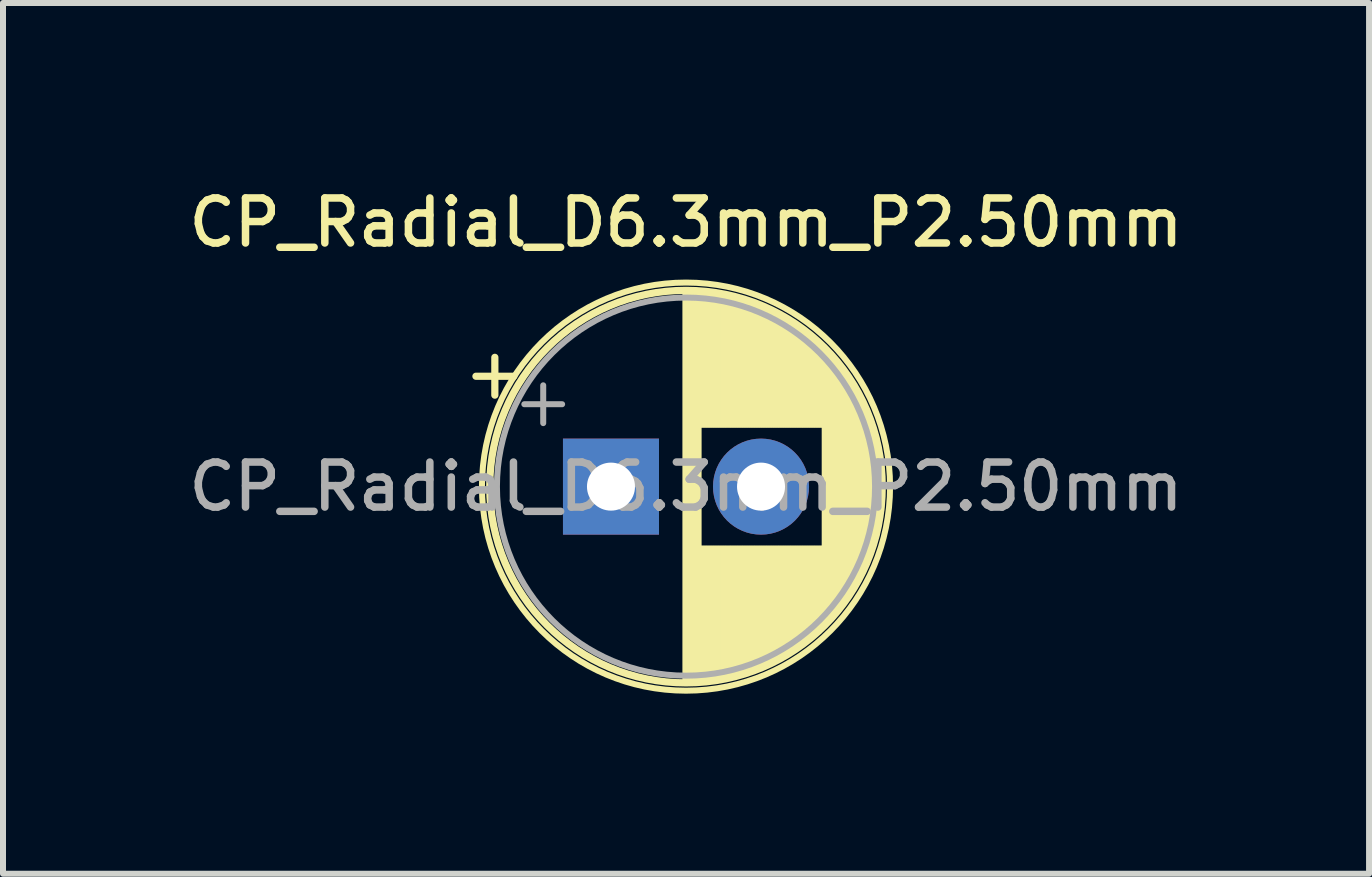
<source format=kicad_pcb>
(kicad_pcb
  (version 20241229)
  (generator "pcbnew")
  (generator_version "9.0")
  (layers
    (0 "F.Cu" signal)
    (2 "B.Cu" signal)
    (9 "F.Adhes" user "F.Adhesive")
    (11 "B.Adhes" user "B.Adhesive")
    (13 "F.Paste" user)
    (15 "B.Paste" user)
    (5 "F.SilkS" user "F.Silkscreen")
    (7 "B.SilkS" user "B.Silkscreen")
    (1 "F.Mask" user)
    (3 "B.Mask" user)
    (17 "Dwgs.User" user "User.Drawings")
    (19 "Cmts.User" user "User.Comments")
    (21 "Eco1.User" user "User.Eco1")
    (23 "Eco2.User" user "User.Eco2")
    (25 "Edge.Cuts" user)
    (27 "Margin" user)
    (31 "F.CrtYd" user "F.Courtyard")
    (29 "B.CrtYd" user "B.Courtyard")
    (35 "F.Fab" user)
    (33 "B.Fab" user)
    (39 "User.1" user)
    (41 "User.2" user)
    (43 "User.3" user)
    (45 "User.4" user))
  (footprint "CP_Radial_D6.3mm_P2.50mm"
    (layer "F.Cu")
    (at 7.13 5.058)
    (property "Reference" "CP_Radial_D6.3mm_P2.50mm" (at 1.25 -4.4 0) (layer "F.SilkS") (effects (font (size 0.75 0.75) (thickness 0.125))))
    (attr through_hole)
    (fp_line (start -2.25 -1.839) (end -1.62 -1.839) (stroke (width 0.12) (type solid)) (layer "F.SilkS"))
    (fp_line (start -1.935 -2.154) (end -1.935 -1.524) (stroke (width 0.12) (type solid)) (layer "F.SilkS"))
    (fp_line (start 1.25 -3.23) (end 1.25 3.23) (stroke (width 0.12) (type solid)) (layer "F.SilkS"))
    (fp_line (start 1.29 -3.23) (end 1.29 3.23) (stroke (width 0.12) (type solid)) (layer "F.SilkS"))
    (fp_line (start 1.33 -3.23) (end 1.33 3.23) (stroke (width 0.12) (type solid)) (layer "F.SilkS"))
    (fp_line (start 1.37 -3.228) (end 1.37 3.228) (stroke (width 0.12) (type solid)) (layer "F.SilkS"))
    (fp_line (start 1.41 -3.227) (end 1.41 3.227) (stroke (width 0.12) (type solid)) (layer "F.SilkS"))
    (fp_line (start 1.45 -3.224) (end 1.45 3.224) (stroke (width 0.12) (type solid)) (layer "F.SilkS"))
    (fp_line (start 1.49 -3.222) (end 1.49 -1.04) (stroke (width 0.12) (type solid)) (layer "F.SilkS"))
    (fp_line (start 1.49 1.04) (end 1.49 3.222) (stroke (width 0.12) (type solid)) (layer "F.SilkS"))
    (fp_line (start 1.53 -3.218) (end 1.53 -1.04) (stroke (width 0.12) (type solid)) (layer "F.SilkS"))
    (fp_line (start 1.53 1.04) (end 1.53 3.218) (stroke (width 0.12) (type solid)) (layer "F.SilkS"))
    (fp_line (start 1.57 -3.215) (end 1.57 -1.04) (stroke (width 0.12) (type solid)) (layer "F.SilkS"))
    (fp_line (start 1.57 1.04) (end 1.57 3.215) (stroke (width 0.12) (type solid)) (layer "F.SilkS"))
    (fp_line (start 1.61 -3.211) (end 1.61 -1.04) (stroke (width 0.12) (type solid)) (layer "F.SilkS"))
    (fp_line (start 1.61 1.04) (end 1.61 3.211) (stroke (width 0.12) (type solid)) (layer "F.SilkS"))
    (fp_line (start 1.65 -3.206) (end 1.65 -1.04) (stroke (width 0.12) (type solid)) (layer "F.SilkS"))
    (fp_line (start 1.65 1.04) (end 1.65 3.206) (stroke (width 0.12) (type solid)) (layer "F.SilkS"))
    (fp_line (start 1.69 -3.201) (end 1.69 -1.04) (stroke (width 0.12) (type solid)) (layer "F.SilkS"))
    (fp_line (start 1.69 1.04) (end 1.69 3.201) (stroke (width 0.12) (type solid)) (layer "F.SilkS"))
    (fp_line (start 1.73 -3.195) (end 1.73 -1.04) (stroke (width 0.12) (type solid)) (layer "F.SilkS"))
    (fp_line (start 1.73 1.04) (end 1.73 3.195) (stroke (width 0.12) (type solid)) (layer "F.SilkS"))
    (fp_line (start 1.77 -3.189) (end 1.77 -1.04) (stroke (width 0.12) (type solid)) (layer "F.SilkS"))
    (fp_line (start 1.77 1.04) (end 1.77 3.189) (stroke (width 0.12) (type solid)) (layer "F.SilkS"))
    (fp_line (start 1.81 -3.182) (end 1.81 -1.04) (stroke (width 0.12) (type solid)) (layer "F.SilkS"))
    (fp_line (start 1.81 1.04) (end 1.81 3.182) (stroke (width 0.12) (type solid)) (layer "F.SilkS"))
    (fp_line (start 1.85 -3.175) (end 1.85 -1.04) (stroke (width 0.12) (type solid)) (layer "F.SilkS"))
    (fp_line (start 1.85 1.04) (end 1.85 3.175) (stroke (width 0.12) (type solid)) (layer "F.SilkS"))
    (fp_line (start 1.89 -3.167) (end 1.89 -1.04) (stroke (width 0.12) (type solid)) (layer "F.SilkS"))
    (fp_line (start 1.89 1.04) (end 1.89 3.167) (stroke (width 0.12) (type solid)) (layer "F.SilkS"))
    (fp_line (start 1.93 -3.159) (end 1.93 -1.04) (stroke (width 0.12) (type solid)) (layer "F.SilkS"))
    (fp_line (start 1.93 1.04) (end 1.93 3.159) (stroke (width 0.12) (type solid)) (layer "F.SilkS"))
    (fp_line (start 1.971 -3.15) (end 1.971 -1.04) (stroke (width 0.12) (type solid)) (layer "F.SilkS"))
    (fp_line (start 1.971 1.04) (end 1.971 3.15) (stroke (width 0.12) (type solid)) (layer "F.SilkS"))
    (fp_line (start 2.011 -3.141) (end 2.011 -1.04) (stroke (width 0.12) (type solid)) (layer "F.SilkS"))
    (fp_line (start 2.011 1.04) (end 2.011 3.141) (stroke (width 0.12) (type solid)) (layer "F.SilkS"))
    (fp_line (start 2.051 -3.131) (end 2.051 -1.04) (stroke (width 0.12) (type solid)) (layer "F.SilkS"))
    (fp_line (start 2.051 1.04) (end 2.051 3.131) (stroke (width 0.12) (type solid)) (layer "F.SilkS"))
    (fp_line (start 2.091 -3.121) (end 2.091 -1.04) (stroke (width 0.12) (type solid)) (layer "F.SilkS"))
    (fp_line (start 2.091 1.04) (end 2.091 3.121) (stroke (width 0.12) (type solid)) (layer "F.SilkS"))
    (fp_line (start 2.131 -3.11) (end 2.131 -1.04) (stroke (width 0.12) (type solid)) (layer "F.SilkS"))
    (fp_line (start 2.131 1.04) (end 2.131 3.11) (stroke (width 0.12) (type solid)) (layer "F.SilkS"))
    (fp_line (start 2.171 -3.098) (end 2.171 -1.04) (stroke (width 0.12) (type solid)) (layer "F.SilkS"))
    (fp_line (start 2.171 1.04) (end 2.171 3.098) (stroke (width 0.12) (type solid)) (layer "F.SilkS"))
    (fp_line (start 2.211 -3.086) (end 2.211 -1.04) (stroke (width 0.12) (type solid)) (layer "F.SilkS"))
    (fp_line (start 2.211 1.04) (end 2.211 3.086) (stroke (width 0.12) (type solid)) (layer "F.SilkS"))
    (fp_line (start 2.251 -3.074) (end 2.251 -1.04) (stroke (width 0.12) (type solid)) (layer "F.SilkS"))
    (fp_line (start 2.251 1.04) (end 2.251 3.074) (stroke (width 0.12) (type solid)) (layer "F.SilkS"))
    (fp_line (start 2.291 -3.061) (end 2.291 -1.04) (stroke (width 0.12) (type solid)) (layer "F.SilkS"))
    (fp_line (start 2.291 1.04) (end 2.291 3.061) (stroke (width 0.12) (type solid)) (layer "F.SilkS"))
    (fp_line (start 2.331 -3.047) (end 2.331 -1.04) (stroke (width 0.12) (type solid)) (layer "F.SilkS"))
    (fp_line (start 2.331 1.04) (end 2.331 3.047) (stroke (width 0.12) (type solid)) (layer "F.SilkS"))
    (fp_line (start 2.371 -3.033) (end 2.371 -1.04) (stroke (width 0.12) (type solid)) (layer "F.SilkS"))
    (fp_line (start 2.371 1.04) (end 2.371 3.033) (stroke (width 0.12) (type solid)) (layer "F.SilkS"))
    (fp_line (start 2.411 -3.018) (end 2.411 -1.04) (stroke (width 0.12) (type solid)) (layer "F.SilkS"))
    (fp_line (start 2.411 1.04) (end 2.411 3.018) (stroke (width 0.12) (type solid)) (layer "F.SilkS"))
    (fp_line (start 2.451 -3.002) (end 2.451 -1.04) (stroke (width 0.12) (type solid)) (layer "F.SilkS"))
    (fp_line (start 2.451 1.04) (end 2.451 3.002) (stroke (width 0.12) (type solid)) (layer "F.SilkS"))
    (fp_line (start 2.491 -2.986) (end 2.491 -1.04) (stroke (width 0.12) (type solid)) (layer "F.SilkS"))
    (fp_line (start 2.491 1.04) (end 2.491 2.986) (stroke (width 0.12) (type solid)) (layer "F.SilkS"))
    (fp_line (start 2.531 -2.97) (end 2.531 -1.04) (stroke (width 0.12) (type solid)) (layer "F.SilkS"))
    (fp_line (start 2.531 1.04) (end 2.531 2.97) (stroke (width 0.12) (type solid)) (layer "F.SilkS"))
    (fp_line (start 2.571 -2.952) (end 2.571 -1.04) (stroke (width 0.12) (type solid)) (layer "F.SilkS"))
    (fp_line (start 2.571 1.04) (end 2.571 2.952) (stroke (width 0.12) (type solid)) (layer "F.SilkS"))
    (fp_line (start 2.611 -2.934) (end 2.611 -1.04) (stroke (width 0.12) (type solid)) (layer "F.SilkS"))
    (fp_line (start 2.611 1.04) (end 2.611 2.934) (stroke (width 0.12) (type solid)) (layer "F.SilkS"))
    (fp_line (start 2.651 -2.916) (end 2.651 -1.04) (stroke (width 0.12) (type solid)) (layer "F.SilkS"))
    (fp_line (start 2.651 1.04) (end 2.651 2.916) (stroke (width 0.12) (type solid)) (layer "F.SilkS"))
    (fp_line (start 2.691 -2.896) (end 2.691 -1.04) (stroke (width 0.12) (type solid)) (layer "F.SilkS"))
    (fp_line (start 2.691 1.04) (end 2.691 2.896) (stroke (width 0.12) (type solid)) (layer "F.SilkS"))
    (fp_line (start 2.731 -2.876) (end 2.731 -1.04) (stroke (width 0.12) (type solid)) (layer "F.SilkS"))
    (fp_line (start 2.731 1.04) (end 2.731 2.876) (stroke (width 0.12) (type solid)) (layer "F.SilkS"))
    (fp_line (start 2.771 -2.856) (end 2.771 -1.04) (stroke (width 0.12) (type solid)) (layer "F.SilkS"))
    (fp_line (start 2.771 1.04) (end 2.771 2.856) (stroke (width 0.12) (type solid)) (layer "F.SilkS"))
    (fp_line (start 2.811 -2.834) (end 2.811 -1.04) (stroke (width 0.12) (type solid)) (layer "F.SilkS"))
    (fp_line (start 2.811 1.04) (end 2.811 2.834) (stroke (width 0.12) (type solid)) (layer "F.SilkS"))
    (fp_line (start 2.851 -2.812) (end 2.851 -1.04) (stroke (width 0.12) (type solid)) (layer "F.SilkS"))
    (fp_line (start 2.851 1.04) (end 2.851 2.812) (stroke (width 0.12) (type solid)) (layer "F.SilkS"))
    (fp_line (start 2.891 -2.79) (end 2.891 -1.04) (stroke (width 0.12) (type solid)) (layer "F.SilkS"))
    (fp_line (start 2.891 1.04) (end 2.891 2.79) (stroke (width 0.12) (type solid)) (layer "F.SilkS"))
    (fp_line (start 2.931 -2.766) (end 2.931 -1.04) (stroke (width 0.12) (type solid)) (layer "F.SilkS"))
    (fp_line (start 2.931 1.04) (end 2.931 2.766) (stroke (width 0.12) (type solid)) (layer "F.SilkS"))
    (fp_line (start 2.971 -2.742) (end 2.971 -1.04) (stroke (width 0.12) (type solid)) (layer "F.SilkS"))
    (fp_line (start 2.971 1.04) (end 2.971 2.742) (stroke (width 0.12) (type solid)) (layer "F.SilkS"))
    (fp_line (start 3.011 -2.716) (end 3.011 -1.04) (stroke (width 0.12) (type solid)) (layer "F.SilkS"))
    (fp_line (start 3.011 1.04) (end 3.011 2.716) (stroke (width 0.12) (type solid)) (layer "F.SilkS"))
    (fp_line (start 3.051 -2.69) (end 3.051 -1.04) (stroke (width 0.12) (type solid)) (layer "F.SilkS"))
    (fp_line (start 3.051 1.04) (end 3.051 2.69) (stroke (width 0.12) (type solid)) (layer "F.SilkS"))
    (fp_line (start 3.091 -2.664) (end 3.091 -1.04) (stroke (width 0.12) (type solid)) (layer "F.SilkS"))
    (fp_line (start 3.091 1.04) (end 3.091 2.664) (stroke (width 0.12) (type solid)) (layer "F.SilkS"))
    (fp_line (start 3.131 -2.636) (end 3.131 -1.04) (stroke (width 0.12) (type solid)) (layer "F.SilkS"))
    (fp_line (start 3.131 1.04) (end 3.131 2.636) (stroke (width 0.12) (type solid)) (layer "F.SilkS"))
    (fp_line (start 3.171 -2.607) (end 3.171 -1.04) (stroke (width 0.12) (type solid)) (layer "F.SilkS"))
    (fp_line (start 3.171 1.04) (end 3.171 2.607) (stroke (width 0.12) (type solid)) (layer "F.SilkS"))
    (fp_line (start 3.211 -2.578) (end 3.211 -1.04) (stroke (width 0.12) (type solid)) (layer "F.SilkS"))
    (fp_line (start 3.211 1.04) (end 3.211 2.578) (stroke (width 0.12) (type solid)) (layer "F.SilkS"))
    (fp_line (start 3.251 -2.548) (end 3.251 -1.04) (stroke (width 0.12) (type solid)) (layer "F.SilkS"))
    (fp_line (start 3.251 1.04) (end 3.251 2.548) (stroke (width 0.12) (type solid)) (layer "F.SilkS"))
    (fp_line (start 3.291 -2.516) (end 3.291 -1.04) (stroke (width 0.12) (type solid)) (layer "F.SilkS"))
    (fp_line (start 3.291 1.04) (end 3.291 2.516) (stroke (width 0.12) (type solid)) (layer "F.SilkS"))
    (fp_line (start 3.331 -2.484) (end 3.331 -1.04) (stroke (width 0.12) (type solid)) (layer "F.SilkS"))
    (fp_line (start 3.331 1.04) (end 3.331 2.484) (stroke (width 0.12) (type solid)) (layer "F.SilkS"))
    (fp_line (start 3.371 -2.45) (end 3.371 -1.04) (stroke (width 0.12) (type solid)) (layer "F.SilkS"))
    (fp_line (start 3.371 1.04) (end 3.371 2.45) (stroke (width 0.12) (type solid)) (layer "F.SilkS"))
    (fp_line (start 3.411 -2.416) (end 3.411 -1.04) (stroke (width 0.12) (type solid)) (layer "F.SilkS"))
    (fp_line (start 3.411 1.04) (end 3.411 2.416) (stroke (width 0.12) (type solid)) (layer "F.SilkS"))
    (fp_line (start 3.451 -2.38) (end 3.451 -1.04) (stroke (width 0.12) (type solid)) (layer "F.SilkS"))
    (fp_line (start 3.451 1.04) (end 3.451 2.38) (stroke (width 0.12) (type solid)) (layer "F.SilkS"))
    (fp_line (start 3.491 -2.343) (end 3.491 -1.04) (stroke (width 0.12) (type solid)) (layer "F.SilkS"))
    (fp_line (start 3.491 1.04) (end 3.491 2.343) (stroke (width 0.12) (type solid)) (layer "F.SilkS"))
    (fp_line (start 3.531 -2.305) (end 3.531 -1.04) (stroke (width 0.12) (type solid)) (layer "F.SilkS"))
    (fp_line (start 3.531 1.04) (end 3.531 2.305) (stroke (width 0.12) (type solid)) (layer "F.SilkS"))
    (fp_line (start 3.571 -2.265) (end 3.571 2.265) (stroke (width 0.12) (type solid)) (layer "F.SilkS"))
    (fp_line (start 3.611 -2.224) (end 3.611 2.224) (stroke (width 0.12) (type solid)) (layer "F.SilkS"))
    (fp_line (start 3.651 -2.182) (end 3.651 2.182) (stroke (width 0.12) (type solid)) (layer "F.SilkS"))
    (fp_line (start 3.691 -2.137) (end 3.691 2.137) (stroke (width 0.12) (type solid)) (layer "F.SilkS"))
    (fp_line (start 3.731 -2.092) (end 3.731 2.092) (stroke (width 0.12) (type solid)) (layer "F.SilkS"))
    (fp_line (start 3.771 -2.044) (end 3.771 2.044) (stroke (width 0.12) (type solid)) (layer "F.SilkS"))
    (fp_line (start 3.811 -1.995) (end 3.811 1.995) (stroke (width 0.12) (type solid)) (layer "F.SilkS"))
    (fp_line (start 3.851 -1.944) (end 3.851 1.944) (stroke (width 0.12) (type solid)) (layer "F.SilkS"))
    (fp_line (start 3.891 -1.89) (end 3.891 1.89) (stroke (width 0.12) (type solid)) (layer "F.SilkS"))
    (fp_line (start 3.931 -1.834) (end 3.931 1.834) (stroke (width 0.12) (type solid)) (layer "F.SilkS"))
    (fp_line (start 3.971 -1.776) (end 3.971 1.776) (stroke (width 0.12) (type solid)) (layer "F.SilkS"))
    (fp_line (start 4.011 -1.714) (end 4.011 1.714) (stroke (width 0.12) (type solid)) (layer "F.SilkS"))
    (fp_line (start 4.051 -1.65) (end 4.051 1.65) (stroke (width 0.12) (type solid)) (layer "F.SilkS"))
    (fp_line (start 4.091 -1.581) (end 4.091 1.581) (stroke (width 0.12) (type solid)) (layer "F.SilkS"))
    (fp_line (start 4.131 -1.509) (end 4.131 1.509) (stroke (width 0.12) (type solid)) (layer "F.SilkS"))
    (fp_line (start 4.171 -1.432) (end 4.171 1.432) (stroke (width 0.12) (type solid)) (layer "F.SilkS"))
    (fp_line (start 4.211 -1.35) (end 4.211 1.35) (stroke (width 0.12) (type solid)) (layer "F.SilkS"))
    (fp_line (start 4.251 -1.262) (end 4.251 1.262) (stroke (width 0.12) (type solid)) (layer "F.SilkS"))
    (fp_line (start 4.291 -1.165) (end 4.291 1.165) (stroke (width 0.12) (type solid)) (layer "F.SilkS"))
    (fp_line (start 4.331 -1.059) (end 4.331 1.059) (stroke (width 0.12) (type solid)) (layer "F.SilkS"))
    (fp_line (start 4.371 -0.94) (end 4.371 0.94) (stroke (width 0.12) (type solid)) (layer "F.SilkS"))
    (fp_line (start 4.411 -0.802) (end 4.411 0.802) (stroke (width 0.12) (type solid)) (layer "F.SilkS"))
    (fp_line (start 4.451 -0.633) (end 4.451 0.633) (stroke (width 0.12) (type solid)) (layer "F.SilkS"))
    (fp_line (start 4.491 -0.402) (end 4.491 0.402) (stroke (width 0.12) (type solid)) (layer "F.SilkS"))
    (fp_circle (center 1.25 0) (end 4.52 0) (stroke (width 0.12) (type solid)) (fill no) (layer "F.SilkS"))
    (fp_circle (center 1.25 0) (end 4.65 0) (stroke (width 0.1) (type solid)) (fill no) (layer "F.SilkS"))
    (fp_line (start -1.444 -1.373) (end -0.814 -1.373) (stroke (width 0.1) (type solid)) (layer "F.Fab"))
    (fp_line (start -1.129 -1.688) (end -1.129 -1.058) (stroke (width 0.1) (type solid)) (layer "F.Fab"))
    (fp_circle (center 1.25 0) (end 4.4 0) (stroke (width 0.1) (type solid)) (fill no) (layer "F.Fab"))
    (fp_text user "${REFERENCE}" (at 1.25 0 0) (layer "F.Fab") (effects (font (size 0.75 0.75) (thickness 0.125))))
    (pad "1" thru_hole rect (at 0 0) (size 1.6 1.6) (drill 0.8) (layers "*.Cu" "*.Mask"))
    (pad "2" thru_hole circle (at 2.5 0) (size 1.6 1.6) (drill 0.8) (layers "*.Cu" "*.Mask")))
  (gr_rect
    (start -3 -3)
    (end 19.761 11.508)
    (stroke (width 0.1) (type default))
    (fill no)
    (layer "Edge.Cuts")))
</source>
